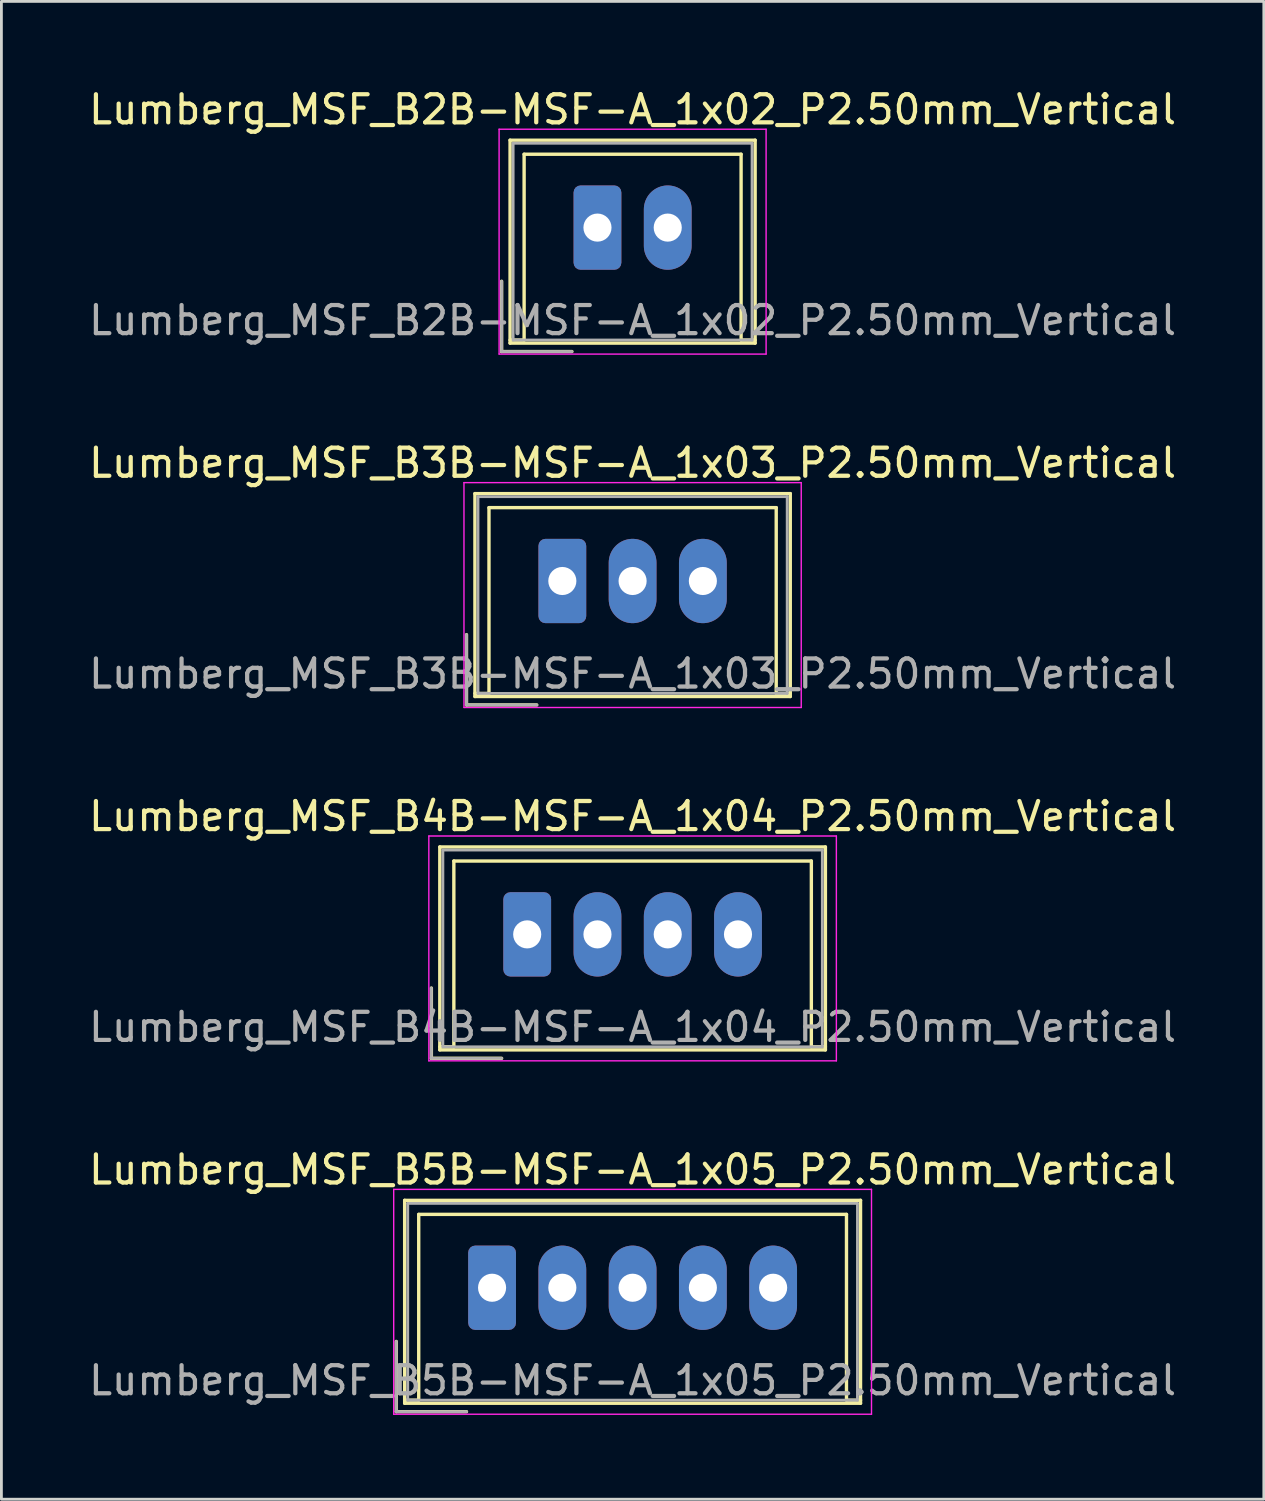
<source format=kicad_pcb>
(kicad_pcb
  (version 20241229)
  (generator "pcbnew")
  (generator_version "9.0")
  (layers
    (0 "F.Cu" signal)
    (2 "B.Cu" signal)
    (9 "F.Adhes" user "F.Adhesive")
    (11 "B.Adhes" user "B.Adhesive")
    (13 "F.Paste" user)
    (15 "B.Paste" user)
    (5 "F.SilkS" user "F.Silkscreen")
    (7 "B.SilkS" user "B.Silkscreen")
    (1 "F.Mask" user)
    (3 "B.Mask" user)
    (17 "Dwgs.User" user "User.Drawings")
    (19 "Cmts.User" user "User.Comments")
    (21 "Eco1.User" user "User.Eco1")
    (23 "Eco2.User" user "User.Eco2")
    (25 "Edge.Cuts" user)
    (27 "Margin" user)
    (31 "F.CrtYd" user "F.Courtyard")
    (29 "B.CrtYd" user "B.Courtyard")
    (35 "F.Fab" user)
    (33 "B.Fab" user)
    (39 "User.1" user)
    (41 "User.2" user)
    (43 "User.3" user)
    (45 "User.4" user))
  (footprint "Lumberg_MSF_B4B-MSF-A_1x04_P2.50mm_Vertical"
    (layer "F.Cu")
    (at 15.708 30.195)
    (property "Reference" "Lumberg_MSF_B4B-MSF-A_1x04_P2.50mm_Vertical" (at 3.75 -4.2 0) (layer "F.SilkS") (effects (font (size 1 1) (thickness 0.15))))
    (attr through_hole)
    (fp_line (start -3.41 1.91) (end -3.41 4.41) (stroke (width 0.12) (type solid)) (layer "F.SilkS"))
    (fp_line (start -3.41 4.41) (end -0.91 4.41) (stroke (width 0.12) (type solid)) (layer "F.SilkS"))
    (fp_line (start -3.11 -3.11) (end -3.11 4.11) (stroke (width 0.12) (type solid)) (layer "F.SilkS"))
    (fp_line (start -3.11 4) (end -2.61 4) (stroke (width 0.12) (type solid)) (layer "F.SilkS"))
    (fp_line (start -3.11 4.11) (end 10.61 4.11) (stroke (width 0.12) (type solid)) (layer "F.SilkS"))
    (fp_line (start -2.61 -2.61) (end 10.11 -2.61) (stroke (width 0.12) (type solid)) (layer "F.SilkS"))
    (fp_line (start -2.61 4) (end -2.61 -2.61) (stroke (width 0.12) (type solid)) (layer "F.SilkS"))
    (fp_line (start 10.11 -2.61) (end 10.11 4) (stroke (width 0.12) (type solid)) (layer "F.SilkS"))
    (fp_line (start 10.11 4) (end 10.61 4) (stroke (width 0.12) (type solid)) (layer "F.SilkS"))
    (fp_line (start 10.61 -3.11) (end -3.11 -3.11) (stroke (width 0.12) (type solid)) (layer "F.SilkS"))
    (fp_line (start 10.61 4.11) (end 10.61 -3.11) (stroke (width 0.12) (type solid)) (layer "F.SilkS"))
    (fp_line (start -3.5 -3.5) (end -3.5 4.5) (stroke (width 0.05) (type solid)) (layer "F.CrtYd"))
    (fp_line (start -3.5 4.5) (end 11 4.5) (stroke (width 0.05) (type solid)) (layer "F.CrtYd"))
    (fp_line (start 11 -3.5) (end -3.5 -3.5) (stroke (width 0.05) (type solid)) (layer "F.CrtYd"))
    (fp_line (start 11 4.5) (end 11 -3.5) (stroke (width 0.05) (type solid)) (layer "F.CrtYd"))
    (fp_line (start -3.41 1.91) (end -3.41 4.41) (stroke (width 0.1) (type solid)) (layer "F.Fab"))
    (fp_line (start -3.41 4.41) (end -0.91 4.41) (stroke (width 0.1) (type solid)) (layer "F.Fab"))
    (fp_line (start -3 -3) (end -3 4) (stroke (width 0.1) (type solid)) (layer "F.Fab"))
    (fp_line (start -3 4) (end 10.5 4) (stroke (width 0.1) (type solid)) (layer "F.Fab"))
    (fp_line (start 10.5 -3) (end -3 -3) (stroke (width 0.1) (type solid)) (layer "F.Fab"))
    (fp_line (start 10.5 4) (end 10.5 -3) (stroke (width 0.1) (type solid)) (layer "F.Fab"))
    (fp_text user "${REFERENCE}" (at 3.75 3.3 0) (layer "F.Fab") (effects (font (size 1 1) (thickness 0.15))))
    (pad "1" thru_hole roundrect (at 0 0) (size 1.7 3) (drill 1) (layers "*.Cu" "*.Mask") (roundrect_rratio 0.147))
    (pad "2" thru_hole oval (at 2.5 0) (size 1.7 3) (drill 1) (layers "*.Cu" "*.Mask"))
    (pad "3" thru_hole oval (at 5 0) (size 1.7 3) (drill 1) (layers "*.Cu" "*.Mask"))
    (pad "4" thru_hole oval (at 7.5 0) (size 1.7 3) (drill 1) (layers "*.Cu" "*.Mask")))
  (footprint "Lumberg_MSF_B5B-MSF-A_1x05_P2.50mm_Vertical"
    (layer "F.Cu")
    (at 14.458 42.768)
    (property "Reference" "Lumberg_MSF_B5B-MSF-A_1x05_P2.50mm_Vertical" (at 5 -4.2 0) (layer "F.SilkS") (effects (font (size 1 1) (thickness 0.15))))
    (attr through_hole)
    (fp_line (start -3.41 1.91) (end -3.41 4.41) (stroke (width 0.12) (type solid)) (layer "F.SilkS"))
    (fp_line (start -3.41 4.41) (end -0.91 4.41) (stroke (width 0.12) (type solid)) (layer "F.SilkS"))
    (fp_line (start -3.11 -3.11) (end -3.11 4.11) (stroke (width 0.12) (type solid)) (layer "F.SilkS"))
    (fp_line (start -3.11 4) (end -2.61 4) (stroke (width 0.12) (type solid)) (layer "F.SilkS"))
    (fp_line (start -3.11 4.11) (end 13.11 4.11) (stroke (width 0.12) (type solid)) (layer "F.SilkS"))
    (fp_line (start -2.61 -2.61) (end 12.61 -2.61) (stroke (width 0.12) (type solid)) (layer "F.SilkS"))
    (fp_line (start -2.61 4) (end -2.61 -2.61) (stroke (width 0.12) (type solid)) (layer "F.SilkS"))
    (fp_line (start 12.61 -2.61) (end 12.61 4) (stroke (width 0.12) (type solid)) (layer "F.SilkS"))
    (fp_line (start 12.61 4) (end 13.11 4) (stroke (width 0.12) (type solid)) (layer "F.SilkS"))
    (fp_line (start 13.11 -3.11) (end -3.11 -3.11) (stroke (width 0.12) (type solid)) (layer "F.SilkS"))
    (fp_line (start 13.11 4.11) (end 13.11 -3.11) (stroke (width 0.12) (type solid)) (layer "F.SilkS"))
    (fp_line (start -3.5 -3.5) (end -3.5 4.5) (stroke (width 0.05) (type solid)) (layer "F.CrtYd"))
    (fp_line (start -3.5 4.5) (end 13.5 4.5) (stroke (width 0.05) (type solid)) (layer "F.CrtYd"))
    (fp_line (start 13.5 -3.5) (end -3.5 -3.5) (stroke (width 0.05) (type solid)) (layer "F.CrtYd"))
    (fp_line (start 13.5 4.5) (end 13.5 -3.5) (stroke (width 0.05) (type solid)) (layer "F.CrtYd"))
    (fp_line (start -3.41 1.91) (end -3.41 4.41) (stroke (width 0.1) (type solid)) (layer "F.Fab"))
    (fp_line (start -3.41 4.41) (end -0.91 4.41) (stroke (width 0.1) (type solid)) (layer "F.Fab"))
    (fp_line (start -3 -3) (end -3 4) (stroke (width 0.1) (type solid)) (layer "F.Fab"))
    (fp_line (start -3 4) (end 13 4) (stroke (width 0.1) (type solid)) (layer "F.Fab"))
    (fp_line (start 13 -3) (end -3 -3) (stroke (width 0.1) (type solid)) (layer "F.Fab"))
    (fp_line (start 13 4) (end 13 -3) (stroke (width 0.1) (type solid)) (layer "F.Fab"))
    (fp_text user "${REFERENCE}" (at 5 3.3 0) (layer "F.Fab") (effects (font (size 1 1) (thickness 0.15))))
    (pad "1" thru_hole roundrect (at 0 0) (size 1.7 3) (drill 1) (layers "*.Cu" "*.Mask") (roundrect_rratio 0.147))
    (pad "2" thru_hole oval (at 2.5 0) (size 1.7 3) (drill 1) (layers "*.Cu" "*.Mask"))
    (pad "3" thru_hole oval (at 5 0) (size 1.7 3) (drill 1) (layers "*.Cu" "*.Mask"))
    (pad "4" thru_hole oval (at 7.5 0) (size 1.7 3) (drill 1) (layers "*.Cu" "*.Mask"))
    (pad "5" thru_hole oval (at 10 0) (size 1.7 3) (drill 1) (layers "*.Cu" "*.Mask")))
  (footprint "Lumberg_MSF_B3B-MSF-A_1x03_P2.50mm_Vertical"
    (layer "F.Cu")
    (at 16.958 17.622)
    (property "Reference" "Lumberg_MSF_B3B-MSF-A_1x03_P2.50mm_Vertical" (at 2.5 -4.2 0) (layer "F.SilkS") (effects (font (size 1 1) (thickness 0.15))))
    (attr through_hole)
    (fp_line (start -3.41 1.91) (end -3.41 4.41) (stroke (width 0.12) (type solid)) (layer "F.SilkS"))
    (fp_line (start -3.41 4.41) (end -0.91 4.41) (stroke (width 0.12) (type solid)) (layer "F.SilkS"))
    (fp_line (start -3.11 -3.11) (end -3.11 4.11) (stroke (width 0.12) (type solid)) (layer "F.SilkS"))
    (fp_line (start -3.11 4) (end -2.61 4) (stroke (width 0.12) (type solid)) (layer "F.SilkS"))
    (fp_line (start -3.11 4.11) (end 8.11 4.11) (stroke (width 0.12) (type solid)) (layer "F.SilkS"))
    (fp_line (start -2.61 -2.61) (end 7.61 -2.61) (stroke (width 0.12) (type solid)) (layer "F.SilkS"))
    (fp_line (start -2.61 4) (end -2.61 -2.61) (stroke (width 0.12) (type solid)) (layer "F.SilkS"))
    (fp_line (start 7.61 -2.61) (end 7.61 4) (stroke (width 0.12) (type solid)) (layer "F.SilkS"))
    (fp_line (start 7.61 4) (end 8.11 4) (stroke (width 0.12) (type solid)) (layer "F.SilkS"))
    (fp_line (start 8.11 -3.11) (end -3.11 -3.11) (stroke (width 0.12) (type solid)) (layer "F.SilkS"))
    (fp_line (start 8.11 4.11) (end 8.11 -3.11) (stroke (width 0.12) (type solid)) (layer "F.SilkS"))
    (fp_line (start -3.5 -3.5) (end -3.5 4.5) (stroke (width 0.05) (type solid)) (layer "F.CrtYd"))
    (fp_line (start -3.5 4.5) (end 8.5 4.5) (stroke (width 0.05) (type solid)) (layer "F.CrtYd"))
    (fp_line (start 8.5 -3.5) (end -3.5 -3.5) (stroke (width 0.05) (type solid)) (layer "F.CrtYd"))
    (fp_line (start 8.5 4.5) (end 8.5 -3.5) (stroke (width 0.05) (type solid)) (layer "F.CrtYd"))
    (fp_line (start -3.41 1.91) (end -3.41 4.41) (stroke (width 0.1) (type solid)) (layer "F.Fab"))
    (fp_line (start -3.41 4.41) (end -0.91 4.41) (stroke (width 0.1) (type solid)) (layer "F.Fab"))
    (fp_line (start -3 -3) (end -3 4) (stroke (width 0.1) (type solid)) (layer "F.Fab"))
    (fp_line (start -3 4) (end 8 4) (stroke (width 0.1) (type solid)) (layer "F.Fab"))
    (fp_line (start 8 -3) (end -3 -3) (stroke (width 0.1) (type solid)) (layer "F.Fab"))
    (fp_line (start 8 4) (end 8 -3) (stroke (width 0.1) (type solid)) (layer "F.Fab"))
    (fp_text user "${REFERENCE}" (at 2.5 3.3 0) (layer "F.Fab") (effects (font (size 1 1) (thickness 0.15))))
    (pad "1" thru_hole roundrect (at 0 0) (size 1.7 3) (drill 1) (layers "*.Cu" "*.Mask") (roundrect_rratio 0.147))
    (pad "2" thru_hole oval (at 2.5 0) (size 1.7 3) (drill 1) (layers "*.Cu" "*.Mask"))
    (pad "3" thru_hole oval (at 5 0) (size 1.7 3) (drill 1) (layers "*.Cu" "*.Mask")))
  (footprint "Lumberg_MSF_B2B-MSF-A_1x02_P2.50mm_Vertical"
    (layer "F.Cu")
    (at 18.208 5.048)
    (property "Reference" "Lumberg_MSF_B2B-MSF-A_1x02_P2.50mm_Vertical" (at 1.25 -4.2 0) (layer "F.SilkS") (effects (font (size 1 1) (thickness 0.15))))
    (attr through_hole)
    (fp_line (start -3.41 1.91) (end -3.41 4.41) (stroke (width 0.12) (type solid)) (layer "F.SilkS"))
    (fp_line (start -3.41 4.41) (end -0.91 4.41) (stroke (width 0.12) (type solid)) (layer "F.SilkS"))
    (fp_line (start -3.11 -3.11) (end -3.11 4.11) (stroke (width 0.12) (type solid)) (layer "F.SilkS"))
    (fp_line (start -3.11 4) (end -2.61 4) (stroke (width 0.12) (type solid)) (layer "F.SilkS"))
    (fp_line (start -3.11 4.11) (end 5.61 4.11) (stroke (width 0.12) (type solid)) (layer "F.SilkS"))
    (fp_line (start -2.61 -2.61) (end 5.11 -2.61) (stroke (width 0.12) (type solid)) (layer "F.SilkS"))
    (fp_line (start -2.61 4) (end -2.61 -2.61) (stroke (width 0.12) (type solid)) (layer "F.SilkS"))
    (fp_line (start 5.11 -2.61) (end 5.11 4) (stroke (width 0.12) (type solid)) (layer "F.SilkS"))
    (fp_line (start 5.11 4) (end 5.61 4) (stroke (width 0.12) (type solid)) (layer "F.SilkS"))
    (fp_line (start 5.61 -3.11) (end -3.11 -3.11) (stroke (width 0.12) (type solid)) (layer "F.SilkS"))
    (fp_line (start 5.61 4.11) (end 5.61 -3.11) (stroke (width 0.12) (type solid)) (layer "F.SilkS"))
    (fp_line (start -3.5 -3.5) (end -3.5 4.5) (stroke (width 0.05) (type solid)) (layer "F.CrtYd"))
    (fp_line (start -3.5 4.5) (end 6 4.5) (stroke (width 0.05) (type solid)) (layer "F.CrtYd"))
    (fp_line (start 6 -3.5) (end -3.5 -3.5) (stroke (width 0.05) (type solid)) (layer "F.CrtYd"))
    (fp_line (start 6 4.5) (end 6 -3.5) (stroke (width 0.05) (type solid)) (layer "F.CrtYd"))
    (fp_line (start -3.41 1.91) (end -3.41 4.41) (stroke (width 0.1) (type solid)) (layer "F.Fab"))
    (fp_line (start -3.41 4.41) (end -0.91 4.41) (stroke (width 0.1) (type solid)) (layer "F.Fab"))
    (fp_line (start -3 -3) (end -3 4) (stroke (width 0.1) (type solid)) (layer "F.Fab"))
    (fp_line (start -3 4) (end 5.5 4) (stroke (width 0.1) (type solid)) (layer "F.Fab"))
    (fp_line (start 5.5 -3) (end -3 -3) (stroke (width 0.1) (type solid)) (layer "F.Fab"))
    (fp_line (start 5.5 4) (end 5.5 -3) (stroke (width 0.1) (type solid)) (layer "F.Fab"))
    (fp_text user "${REFERENCE}" (at 1.25 3.3 0) (layer "F.Fab") (effects (font (size 1 1) (thickness 0.15))))
    (pad "1" thru_hole roundrect (at 0 0) (size 1.7 3) (drill 1) (layers "*.Cu" "*.Mask") (roundrect_rratio 0.147))
    (pad "2" thru_hole oval (at 2.5 0) (size 1.7 3) (drill 1) (layers "*.Cu" "*.Mask")))
  (gr_rect
    (start -3 -3)
    (end 41.917 50.293)
    (stroke (width 0.1) (type default))
    (fill no)
    (layer "Edge.Cuts")))
</source>
